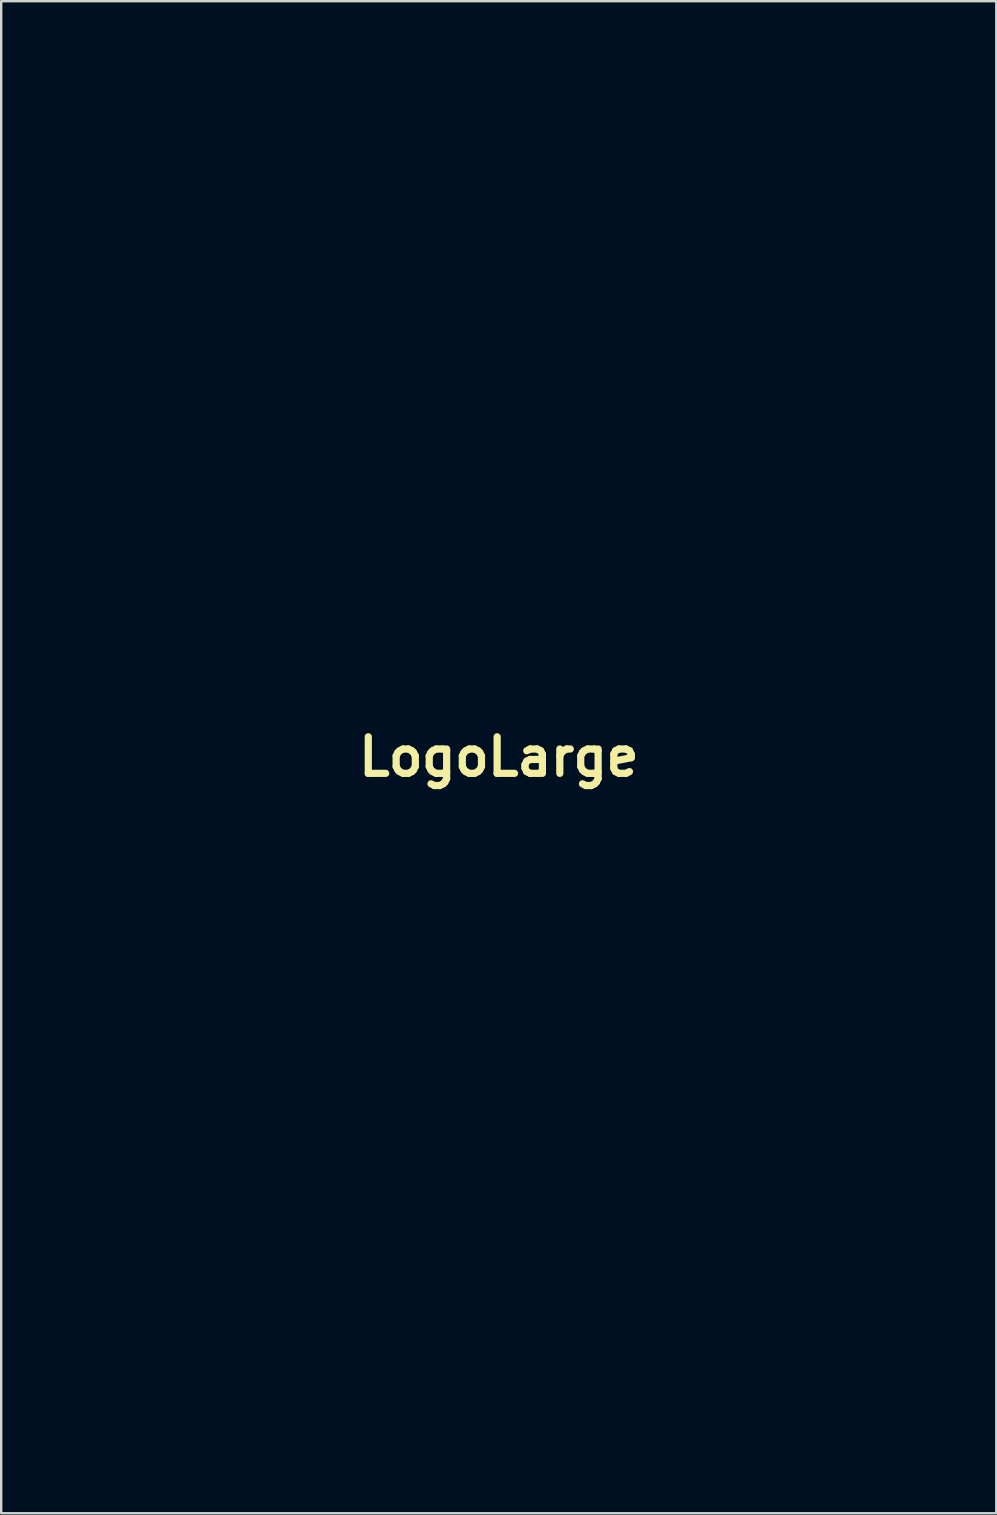
<source format=kicad_pcb>
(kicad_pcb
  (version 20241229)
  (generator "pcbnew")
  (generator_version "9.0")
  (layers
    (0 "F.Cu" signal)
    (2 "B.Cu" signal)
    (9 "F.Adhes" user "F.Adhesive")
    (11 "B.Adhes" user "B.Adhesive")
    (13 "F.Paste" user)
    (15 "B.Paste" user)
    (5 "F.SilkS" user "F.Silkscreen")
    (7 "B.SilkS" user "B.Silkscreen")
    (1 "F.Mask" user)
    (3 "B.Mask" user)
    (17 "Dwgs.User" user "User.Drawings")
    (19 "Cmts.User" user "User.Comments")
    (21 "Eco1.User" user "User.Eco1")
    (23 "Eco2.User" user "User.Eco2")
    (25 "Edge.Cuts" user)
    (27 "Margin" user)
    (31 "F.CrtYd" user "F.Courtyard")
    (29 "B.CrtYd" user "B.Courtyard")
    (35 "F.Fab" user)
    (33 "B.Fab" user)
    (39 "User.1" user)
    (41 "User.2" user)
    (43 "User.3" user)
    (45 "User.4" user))
  (footprint "LogoLarge"
    (layer "F.Cu")
    (at 17.743 28.494)
    (property "Reference" "LogoLarge" (at 0 0 0) (layer "F.SilkS") (effects (font (size 1.524 1.524) (thickness 0.3))))
    (attr through_hole)
    (fp_poly (pts (xy -6.723 12.481) (xy -6.452 12.61) (xy -6.3 12.695) (xy -6.066 12.853) (xy -5.849 13.038) (xy -5.681 13.217) (xy -5.595 13.356) (xy -5.602 13.414) (xy -5.69 13.462) (xy -5.868 13.551) (xy -5.905 13.569) (xy -6.179 13.702) (xy -6.345 13.349) (xy -6.507 13.056) (xy -6.697 12.774) (xy -6.738 12.721) (xy -6.866 12.537) (xy -6.861 12.457) (xy -6.723 12.481)) (stroke (width 0.01) (type solid)) (fill no) (layer "Eco2.User"))
    (fp_poly (pts (xy 3.993 -3.372) (xy 4.09 -3.226) (xy 4.217 -2.982) (xy 4.377 -2.65) (xy 4.49 -2.413) (xy 4.662 -2.034) (xy 4.841 -1.601) (xy 5.017 -1.149) (xy 5.175 -0.714) (xy 5.303 -0.33) (xy 5.388 -0.032) (xy 5.419 0.142) (xy 5.378 0.245) (xy 5.351 0.254) (xy 5.244 0.311) (xy 5.054 0.461) (xy 4.813 0.674) (xy 4.556 0.919) (xy 4.314 1.165) (xy 4.12 1.383) (xy 4.052 1.47) (xy 3.81 1.803) (xy 3.813 -0.897) (xy 3.813 -1.688) (xy 3.815 -2.317) (xy 3.824 -2.795) (xy 3.841 -3.131) (xy 3.873 -3.333) (xy 3.922 -3.41) (xy 3.993 -3.372)) (stroke (width 0.01) (type solid)) (fill no) (layer "Eco2.User"))
    (fp_poly (pts (xy -4.149 -1.087) (xy -4.397 -0.48) (xy -4.547 -0.119) (xy -4.712 0.27) (xy -4.879 0.652) (xy -5.032 0.997) (xy -5.156 1.271) (xy -5.239 1.441) (xy -5.262 1.48) (xy -5.349 1.466) (xy -5.554 1.402) (xy -5.834 1.3) (xy -5.902 1.274) (xy -6.839 0.838) (xy -7.665 0.308) (xy -8.366 -0.305) (xy -8.925 -0.99) (xy -9.049 -1.185) (xy -9.174 -1.442) (xy -9.217 -1.7) (xy -9.18 -2.004) (xy -9.061 -2.4) (xy -9.028 -2.493) (xy -8.625 -3.367) (xy -8.069 -4.208) (xy -7.375 -4.997) (xy -6.685 -5.613) (xy -6.278 -5.914) (xy -5.817 -6.212) (xy -5.346 -6.485) (xy -4.903 -6.711) (xy -4.531 -6.864) (xy -4.381 -6.908) (xy -4.149 -6.961) (xy -4.149 -1.087)) (stroke (width 0.01) (type solid)) (fill no) (layer "Eco2.User"))
    (fp_poly (pts (xy -7.058 -24.333) (xy -6.769 -24.298) (xy -6.518 -24.225) (xy -6.255 -24.108) (xy -5.733 -23.768) (xy -5.254 -23.295) (xy -4.851 -22.723) (xy -4.741 -22.521) (xy -4.649 -22.336) (xy -4.568 -22.165) (xy -4.497 -21.995) (xy -4.437 -21.814) (xy -4.386 -21.61) (xy -4.343 -21.37) (xy -4.308 -21.083) (xy -4.279 -20.737) (xy -4.256 -20.319) (xy -4.239 -19.817) (xy -4.225 -19.219) (xy -4.216 -18.513) (xy -4.209 -17.686) (xy -4.203 -16.728) (xy -4.199 -15.624) (xy -4.195 -14.364) (xy -4.195 -14.322) (xy -4.192 -13) (xy -4.191 -11.841) (xy -4.192 -10.84) (xy -4.195 -9.991) (xy -4.201 -9.287) (xy -4.209 -8.723) (xy -4.22 -8.294) (xy -4.233 -7.993) (xy -4.249 -7.813) (xy -4.267 -7.751) (xy -4.268 -7.751) (xy -5.624 -7.346) (xy -6.849 -6.842) (xy -7.949 -6.235) (xy -8.934 -5.52) (xy -9.412 -5.096) (xy -10.041 -4.499) (xy -9.937 -5.699) (xy -9.817 -6.837) (xy -9.665 -7.829) (xy -9.474 -8.699) (xy -9.238 -9.467) (xy -8.95 -10.156) (xy -8.604 -10.788) (xy -8.347 -11.176) (xy -8.14 -11.47) (xy -8.023 -11.647) (xy -7.986 -11.729) (xy -8.021 -11.736) (xy -8.119 -11.689) (xy -8.125 -11.685) (xy -8.51 -11.409) (xy -8.922 -10.984) (xy -9.348 -10.426) (xy -9.777 -9.751) (xy -10.196 -8.977) (xy -10.29 -8.787) (xy -10.751 -7.832) (xy -10.75 -14.224) (xy -10.75 -15.479) (xy -10.749 -16.577) (xy -10.747 -17.53) (xy -10.742 -18.351) (xy -10.733 -19.053) (xy -10.721 -19.648) (xy -10.704 -20.148) (xy -10.681 -20.566) (xy -10.652 -20.914) (xy -10.615 -21.205) (xy -10.57 -21.451) (xy -10.516 -21.664) (xy -10.452 -21.857) (xy -10.378 -22.043) (xy -10.292 -22.234) (xy -10.206 -22.416) (xy -9.863 -22.995) (xy -9.426 -23.514) (xy -8.933 -23.932) (xy -8.594 -24.134) (xy -8.334 -24.245) (xy -8.076 -24.308) (xy -7.756 -24.337) (xy -7.451 -24.342) (xy -7.058 -24.333)) (stroke (width 0.01) (type solid)) (fill no) (layer "Eco2.User"))
    (fp_poly (pts (xy 7.649 -24.223) (xy 8.111 -24.137) (xy 8.506 -23.975) (xy 8.88 -23.72) (xy 9.105 -23.525) (xy 9.516 -23.074) (xy 9.842 -22.545) (xy 10.106 -21.904) (xy 10.135 -21.819) (xy 10.16 -21.733) (xy 10.183 -21.635) (xy 10.202 -21.517) (xy 10.22 -21.367) (xy 10.234 -21.176) (xy 10.247 -20.935) (xy 10.258 -20.632) (xy 10.266 -20.258) (xy 10.274 -19.803) (xy 10.28 -19.256) (xy 10.284 -18.609) (xy 10.288 -17.851) (xy 10.291 -16.971) (xy 10.294 -15.96) (xy 10.296 -14.808) (xy 10.298 -13.505) (xy 10.3 -12.319) (xy 10.302 -10.883) (xy 10.303 -9.607) (xy 10.303 -8.485) (xy 10.303 -7.507) (xy 10.302 -6.665) (xy 10.299 -5.951) (xy 10.295 -5.357) (xy 10.291 -4.874) (xy 10.284 -4.494) (xy 10.276 -4.209) (xy 10.267 -4.011) (xy 10.256 -3.891) (xy 10.243 -3.84) (xy 10.228 -3.852) (xy 10.211 -3.917) (xy 10.193 -4.017) (xy 9.929 -5.332) (xy 9.564 -6.573) (xy 9.108 -7.718) (xy 8.568 -8.744) (xy 8.224 -9.271) (xy 8.058 -9.485) (xy 7.827 -9.757) (xy 7.558 -10.059) (xy 7.274 -10.364) (xy 7.001 -10.647) (xy 6.765 -10.88) (xy 6.59 -11.037) (xy 6.503 -11.091) (xy 6.508 -11.022) (xy 6.577 -10.835) (xy 6.699 -10.565) (xy 6.782 -10.397) (xy 7.393 -9.041) (xy 7.891 -7.638) (xy 8.269 -6.219) (xy 8.518 -4.815) (xy 8.63 -3.456) (xy 8.636 -3.079) (xy 8.636 -2.074) (xy 8.27 -1.88) (xy 8.017 -1.725) (xy 7.704 -1.505) (xy 7.402 -1.268) (xy 7.113 -1.034) (xy 6.929 -0.902) (xy 6.825 -0.865) (xy 6.781 -0.911) (xy 6.773 -1) (xy 6.729 -1.181) (xy 6.609 -1.469) (xy 6.431 -1.833) (xy 6.212 -2.241) (xy 5.969 -2.659) (xy 5.721 -3.054) (xy 5.485 -3.395) (xy 5.461 -3.427) (xy 5.174 -3.796) (xy 4.854 -4.184) (xy 4.559 -4.525) (xy 4.479 -4.612) (xy 4.243 -4.875) (xy 4.045 -5.113) (xy 3.921 -5.283) (xy 3.907 -5.307) (xy 3.889 -5.392) (xy 3.873 -5.579) (xy 3.859 -5.874) (xy 3.847 -6.285) (xy 3.837 -6.817) (xy 3.829 -7.477) (xy 3.822 -8.272) (xy 3.817 -9.209) (xy 3.813 -10.294) (xy 3.811 -11.534) (xy 3.81 -12.935) (xy 3.81 -13.231) (xy 3.81 -14.555) (xy 3.811 -15.721) (xy 3.812 -16.739) (xy 3.814 -17.622) (xy 3.817 -18.379) (xy 3.821 -19.023) (xy 3.827 -19.564) (xy 3.834 -20.013) (xy 3.844 -20.382) (xy 3.855 -20.682) (xy 3.869 -20.923) (xy 3.886 -21.117) (xy 3.905 -21.275) (xy 3.928 -21.408) (xy 3.953 -21.526) (xy 3.974 -21.612) (xy 4.081 -21.98) (xy 4.204 -22.337) (xy 4.318 -22.605) (xy 4.321 -22.611) (xy 4.623 -23.072) (xy 5.031 -23.511) (xy 5.487 -23.873) (xy 5.747 -24.023) (xy 5.989 -24.133) (xy 6.204 -24.202) (xy 6.446 -24.238) (xy 6.768 -24.251) (xy 7.07 -24.251) (xy 7.649 -24.223)) (stroke (width 0.01) (type solid)) (fill no) (layer "Eco2.User"))
    (fp_poly (pts (xy 17.695 0.284) (xy 17.695 1.658) (xy 17.694 2.986) (xy 17.693 4.256) (xy 17.691 5.459) (xy 17.688 6.586) (xy 17.685 7.626) (xy 17.682 8.57) (xy 17.678 9.407) (xy 17.674 10.129) (xy 17.67 10.726) (xy 17.665 11.187) (xy 17.661 11.503) (xy 17.655 11.664) (xy 17.653 11.684) (xy 17.615 11.615) (xy 17.611 11.563) (xy 17.535 11.36) (xy 17.325 11.13) (xy 17.008 10.898) (xy 16.621 10.691) (xy 16.349 10.571) (xy 15.961 10.402) (xy 15.495 10.202) (xy 14.99 9.987) (xy 14.605 9.824) (xy 13.635 9.395) (xy 12.584 8.895) (xy 11.504 8.35) (xy 10.445 7.787) (xy 9.455 7.23) (xy 8.742 6.803) (xy 8.553 6.686) (xy 8.807 6.335) (xy 9.039 5.942) (xy 9.196 5.498) (xy 9.284 4.965) (xy 9.313 4.308) (xy 9.313 4.267) (xy 9.311 3.811) (xy 9.299 3.5) (xy 9.265 3.312) (xy 9.199 3.222) (xy 9.091 3.208) (xy 8.93 3.245) (xy 8.865 3.264) (xy 8.615 3.322) (xy 8.261 3.384) (xy 7.866 3.44) (xy 7.736 3.456) (xy 7.059 3.571) (xy 6.501 3.75) (xy 6.078 3.985) (xy 5.882 4.166) (xy 5.673 4.416) (xy 5.673 4.007) (xy 5.731 3.605) (xy 5.908 3.182) (xy 6.208 2.73) (xy 6.639 2.244) (xy 7.206 1.717) (xy 7.915 1.144) (xy 8.773 0.517) (xy 9.313 0.145) (xy 10.287 -0.514) (xy 10.309 2.156) (xy 10.316 2.918) (xy 10.325 3.526) (xy 10.336 3.996) (xy 10.352 4.343) (xy 10.376 4.584) (xy 10.408 4.734) (xy 10.452 4.809) (xy 10.508 4.824) (xy 10.58 4.796) (xy 10.634 4.761) (xy 10.727 4.679) (xy 10.802 4.557) (xy 10.86 4.381) (xy 10.902 4.138) (xy 10.93 3.811) (xy 10.943 3.387) (xy 10.942 2.851) (xy 10.929 2.188) (xy 10.905 1.385) (xy 10.872 0.499) (xy 10.817 -0.907) (xy 11.34 -1.225) (xy 12.433 -1.964) (xy 13.441 -2.797) (xy 14.344 -3.704) (xy 15.123 -4.664) (xy 15.76 -5.658) (xy 15.96 -6.04) (xy 16.214 -6.615) (xy 16.425 -7.212) (xy 16.581 -7.784) (xy 16.667 -8.284) (xy 16.679 -8.507) (xy 16.652 -8.827) (xy 16.58 -9.175) (xy 16.479 -9.498) (xy 16.365 -9.739) (xy 16.298 -9.822) (xy 16.224 -9.862) (xy 16.186 -9.804) (xy 16.172 -9.619) (xy 16.171 -9.491) (xy 16.107 -8.966) (xy 15.926 -8.382) (xy 15.642 -7.783) (xy 15.558 -7.639) (xy 15.185 -7.11) (xy 14.676 -6.527) (xy 14.053 -5.909) (xy 13.333 -5.272) (xy 12.537 -4.634) (xy 11.683 -4.013) (xy 11.058 -3.594) (xy 10.813 -3.436) (xy 10.871 -4.321) (xy 11.003 -5.55) (xy 11.229 -6.642) (xy 11.554 -7.605) (xy 11.978 -8.443) (xy 12.506 -9.163) (xy 13.141 -9.771) (xy 13.577 -10.086) (xy 14.31 -10.481) (xy 15.146 -10.775) (xy 16.101 -10.973) (xy 16.948 -11.064) (xy 17.695 -11.117) (xy 17.695 0.284)) (stroke (width 0.01) (type solid)) (fill no) (layer "Eco2.User"))
    (fp_poly (pts (xy 0.201 -28.485) (xy 0.501 -28.462) (xy 0.743 -28.413) (xy 0.984 -28.326) (xy 1.164 -28.246) (xy 1.749 -27.885) (xy 2.235 -27.386) (xy 2.624 -26.75) (xy 2.914 -25.976) (xy 2.939 -25.888) (xy 2.961 -25.795) (xy 2.98 -25.682) (xy 2.998 -25.54) (xy 3.014 -25.359) (xy 3.028 -25.129) (xy 3.04 -24.842) (xy 3.051 -24.487) (xy 3.06 -24.055) (xy 3.069 -23.537) (xy 3.076 -22.923) (xy 3.082 -22.203) (xy 3.088 -21.368) (xy 3.093 -20.409) (xy 3.098 -19.316) (xy 3.103 -18.079) (xy 3.107 -16.689) (xy 3.111 -15.6) (xy 3.139 -5.842) (xy 2.751 -6.219) (xy 2.514 -6.417) (xy 2.201 -6.632) (xy 1.856 -6.842) (xy 1.518 -7.022) (xy 1.232 -7.148) (xy 1.038 -7.197) (xy 1.036 -7.197) (xy 1.032 -7.142) (xy 1.132 -6.995) (xy 1.319 -6.779) (xy 1.43 -6.663) (xy 2.134 -5.871) (xy 2.673 -5.109) (xy 2.888 -4.723) (xy 3.133 -4.238) (xy 3.133 0.015) (xy 2.593 -0.479) (xy 2.249 -0.761) (xy 1.832 -1.056) (xy 1.422 -1.308) (xy 1.353 -1.346) (xy 0.653 -1.718) (xy 0.881 -1.346) (xy 1.361 -0.498) (xy 1.739 0.308) (xy 2.01 1.055) (xy 2.165 1.723) (xy 2.201 2.168) (xy 2.189 2.49) (xy 2.135 2.664) (xy 2.015 2.711) (xy 1.806 2.653) (xy 1.693 2.606) (xy 1.521 2.566) (xy 1.227 2.533) (xy 0.857 2.511) (xy 0.593 2.504) (xy -0.296 2.496) (xy -0.889 1.904) (xy -1.26 1.565) (xy -1.64 1.272) (xy -1.972 1.068) (xy -1.973 1.067) (xy -2.278 0.895) (xy -2.483 0.716) (xy -2.647 0.472) (xy -2.692 0.39) (xy -2.802 0.159) (xy -2.87 -0.055) (xy -2.905 -0.307) (xy -2.918 -0.651) (xy -2.92 -0.847) (xy -2.916 -1.225) (xy -2.895 -1.506) (xy -2.843 -1.75) (xy -2.747 -2.016) (xy -2.592 -2.366) (xy -2.561 -2.434) (xy -2.41 -2.768) (xy -2.291 -3.042) (xy -2.217 -3.223) (xy -2.201 -3.274) (xy -2.255 -3.242) (xy -2.399 -3.111) (xy -2.608 -2.903) (xy -2.741 -2.766) (xy -2.988 -2.518) (xy -3.199 -2.325) (xy -3.342 -2.216) (xy -3.378 -2.201) (xy -3.407 -2.253) (xy -3.429 -2.415) (xy -3.445 -2.698) (xy -3.454 -3.114) (xy -3.457 -3.673) (xy -3.454 -4.386) (xy -3.451 -4.678) (xy -3.429 -7.154) (xy -2.794 -7.265) (xy -2.318 -7.321) (xy -1.804 -7.341) (xy -1.524 -7.331) (xy -0.889 -7.287) (xy -1.135 -7.488) (xy -1.466 -7.681) (xy -1.915 -7.833) (xy -2.432 -7.929) (xy -2.905 -7.959) (xy -3.471 -7.959) (xy -3.47 -16.489) (xy -3.47 -17.931) (xy -3.469 -19.214) (xy -3.468 -20.349) (xy -3.465 -21.346) (xy -3.46 -22.215) (xy -3.453 -22.967) (xy -3.443 -23.612) (xy -3.43 -24.162) (xy -3.413 -24.625) (xy -3.392 -25.013) (xy -3.365 -25.336) (xy -3.334 -25.605) (xy -3.296 -25.829) (xy -3.252 -26.02) (xy -3.201 -26.188) (xy -3.143 -26.343) (xy -3.076 -26.496) (xy -3.002 -26.657) (xy -2.974 -26.715) (xy -2.624 -27.319) (xy -2.186 -27.796) (xy -1.631 -28.179) (xy -1.589 -28.202) (xy -1.333 -28.334) (xy -1.124 -28.418) (xy -0.908 -28.465) (xy -0.633 -28.485) (xy -0.245 -28.489) (xy -0.212 -28.489) (xy 0.201 -28.485)) (stroke (width 0.01) (type solid)) (fill no) (layer "Eco2.User"))
    (fp_poly (pts (xy -13.807 -19.406) (xy -13.438 -19.305) (xy -12.876 -19.004) (xy -12.388 -18.554) (xy -11.978 -17.961) (xy -11.651 -17.231) (xy -11.541 -16.891) (xy -11.514 -16.788) (xy -11.49 -16.667) (xy -11.47 -16.516) (xy -11.452 -16.325) (xy -11.437 -16.081) (xy -11.423 -15.773) (xy -11.412 -15.39) (xy -11.403 -14.919) (xy -11.395 -14.35) (xy -11.388 -13.671) (xy -11.382 -12.87) (xy -11.376 -11.935) (xy -11.371 -10.856) (xy -11.366 -9.62) (xy -11.366 -9.461) (xy -11.361 -8.033) (xy -11.359 -6.768) (xy -11.36 -5.667) (xy -11.364 -4.73) (xy -11.37 -3.958) (xy -11.379 -3.353) (xy -11.391 -2.914) (xy -11.405 -2.643) (xy -11.422 -2.541) (xy -11.424 -2.54) (xy -11.518 -2.609) (xy -11.672 -2.796) (xy -11.865 -3.07) (xy -12.075 -3.399) (xy -12.281 -3.752) (xy -12.432 -4.036) (xy -12.752 -4.823) (xy -12.976 -5.704) (xy -13.097 -6.625) (xy -13.107 -7.535) (xy -13.047 -8.118) (xy -13.004 -8.424) (xy -12.982 -8.657) (xy -12.983 -8.775) (xy -12.985 -8.78) (xy -13.03 -8.724) (xy -13.117 -8.543) (xy -13.232 -8.27) (xy -13.285 -8.134) (xy -13.609 -7.182) (xy -13.805 -6.318) (xy -13.875 -5.513) (xy -13.817 -4.743) (xy -13.633 -3.982) (xy -13.321 -3.204) (xy -13.285 -3.128) (xy -12.597 -1.893) (xy -11.775 -0.754) (xy -10.815 0.289) (xy -9.716 1.239) (xy -8.477 2.097) (xy -7.095 2.866) (xy -6.832 2.994) (xy -5.748 3.514) (xy -5.791 3.81) (xy -5.827 4.024) (xy -5.889 4.349) (xy -5.965 4.729) (xy -6.003 4.911) (xy -6.108 5.493) (xy -6.197 6.141) (xy -6.266 6.806) (xy -6.311 7.443) (xy -6.326 8.005) (xy -6.311 8.424) (xy -6.252 9.063) (xy -6.195 9.632) (xy -6.14 10.114) (xy -6.091 10.489) (xy -6.05 10.736) (xy -6.019 10.836) (xy -6.016 10.837) (xy -5.922 10.794) (xy -5.742 10.684) (xy -5.645 10.619) (xy -5.314 10.328) (xy -4.97 9.91) (xy -4.641 9.402) (xy -4.353 8.841) (xy -4.325 8.778) (xy -4.187 8.481) (xy -4.067 8.255) (xy -3.984 8.137) (xy -3.968 8.128) (xy -3.924 8.204) (xy -3.896 8.397) (xy -3.89 8.53) (xy -3.872 8.864) (xy -3.835 9.195) (xy -3.823 9.271) (xy -3.76 9.61) (xy -3.518 9.231) (xy -3.31 8.86) (xy -3.095 8.403) (xy -2.89 7.9) (xy -2.709 7.393) (xy -2.567 6.922) (xy -2.478 6.528) (xy -2.455 6.303) (xy -2.425 6.109) (xy -2.352 6.067) (xy -2.262 6.175) (xy -2.206 6.327) (xy -2.15 6.583) (xy -2.096 6.926) (xy -2.061 7.223) (xy -2.007 7.8) (xy -1.759 7.419) (xy -1.447 6.863) (xy -1.154 6.197) (xy -0.904 5.48) (xy -0.746 4.889) (xy -0.661 4.542) (xy -0.583 4.267) (xy -0.521 4.099) (xy -0.494 4.064) (xy -0.431 4.139) (xy -0.354 4.333) (xy -0.276 4.596) (xy -0.212 4.879) (xy -0.174 5.134) (xy -0.169 5.227) (xy -0.151 5.405) (xy -0.105 5.471) (xy -0.096 5.468) (xy -0.039 5.377) (xy 0.067 5.158) (xy 0.209 4.842) (xy 0.373 4.457) (xy 0.429 4.32) (xy 0.595 3.924) (xy 0.743 3.591) (xy 0.858 3.349) (xy 0.929 3.227) (xy 0.941 3.217) (xy 0.986 3.296) (xy 1.025 3.509) (xy 1.057 3.821) (xy 1.078 4.197) (xy 1.087 4.603) (xy 1.081 5.001) (xy 1.067 5.26) (xy 0.897 6.384) (xy 0.561 7.485) (xy 0.057 8.563) (xy -0.614 9.62) (xy -0.716 9.759) (xy -0.94 10.062) (xy -1.121 10.314) (xy -1.237 10.483) (xy -1.27 10.541) (xy -1.206 10.521) (xy -1.038 10.428) (xy -0.826 10.297) (xy -0.461 10.079) (xy -0.031 9.844) (xy 0.423 9.613) (xy 0.858 9.406) (xy 1.232 9.245) (xy 1.501 9.15) (xy 1.84 8.992) (xy 2.121 8.716) (xy 2.514 8.337) (xy 2.959 8.112) (xy 3.441 8.04) (xy 3.941 8.121) (xy 4.443 8.355) (xy 4.931 8.741) (xy 4.998 8.808) (xy 5.541 9.251) (xy 6.075 9.549) (xy 6.361 9.689) (xy 6.53 9.79) (xy 6.572 9.857) (xy 6.478 9.896) (xy 6.239 9.91) (xy 5.847 9.905) (xy 5.457 9.892) (xy 5.056 9.873) (xy 4.776 9.844) (xy 4.567 9.794) (xy 4.381 9.71) (xy 4.186 9.591) (xy 3.892 9.415) (xy 3.598 9.258) (xy 3.458 9.193) (xy 3.203 9.123) (xy 3.046 9.176) (xy 2.976 9.363) (xy 2.984 9.693) (xy 2.986 9.717) (xy 3.033 10.118) (xy 2.046 10.594) (xy 1.522 10.861) (xy 1.108 11.108) (xy 0.751 11.37) (xy 0.463 11.622) (xy -0.061 12.174) (xy -0.418 12.708) (xy -0.608 13.232) (xy -0.631 13.753) (xy -0.487 14.279) (xy -0.177 14.817) (xy 0.299 15.376) (xy 0.372 15.449) (xy 0.967 16.038) (xy 1.074 15.511) (xy 1.18 15.073) (xy 1.301 14.769) (xy 1.451 14.566) (xy 1.537 14.494) (xy 1.663 14.353) (xy 1.693 14.256) (xy 1.758 14.038) (xy 1.93 13.764) (xy 2.173 13.471) (xy 2.454 13.195) (xy 2.738 12.973) (xy 2.99 12.842) (xy 3.034 12.83) (xy 3.358 12.813) (xy 3.791 12.867) (xy 4.295 12.982) (xy 4.83 13.146) (xy 5.358 13.348) (xy 5.841 13.578) (xy 6.011 13.674) (xy 6.273 13.824) (xy 6.459 13.898) (xy 6.637 13.909) (xy 6.873 13.87) (xy 6.927 13.859) (xy 7.144 13.826) (xy 7.402 13.812) (xy 7.732 13.82) (xy 8.164 13.849) (xy 8.729 13.9) (xy 8.847 13.912) (xy 9.381 13.967) (xy 9.785 14.014) (xy 10.097 14.063) (xy 10.357 14.124) (xy 10.602 14.204) (xy 10.872 14.314) (xy 11.204 14.463) (xy 11.255 14.487) (xy 11.713 14.687) (xy 12.047 14.811) (xy 12.28 14.867) (xy 12.426 14.865) (xy 12.575 14.84) (xy 12.874 14.797) (xy 13.307 14.738) (xy 13.856 14.664) (xy 14.503 14.58) (xy 15.232 14.485) (xy 16.024 14.384) (xy 16.863 14.278) (xy 17.06 14.253) (xy 17.4 14.262) (xy 17.568 14.338) (xy 17.635 14.4) (xy 17.68 14.487) (xy 17.709 14.627) (xy 17.723 14.849) (xy 17.726 15.181) (xy 17.721 15.653) (xy 17.721 15.69) (xy 17.692 16.697) (xy 17.634 17.548) (xy 17.545 18.257) (xy 17.423 18.835) (xy 17.264 19.295) (xy 17.068 19.649) (xy 16.945 19.8) (xy 16.783 20.018) (xy 16.738 20.236) (xy 16.745 20.339) (xy 16.747 20.534) (xy 16.676 20.69) (xy 16.502 20.87) (xy 16.46 20.908) (xy 16.174 21.124) (xy 15.847 21.321) (xy 15.749 21.37) (xy 15.423 21.552) (xy 15.037 21.817) (xy 14.622 22.135) (xy 14.215 22.479) (xy 13.847 22.82) (xy 13.553 23.13) (xy 13.365 23.379) (xy 13.357 23.395) (xy 12.897 24.104) (xy 12.319 24.792) (xy 11.904 25.199) (xy 11.571 25.468) (xy 11.187 25.728) (xy 10.793 25.957) (xy 10.427 26.132) (xy 10.13 26.232) (xy 10.014 26.247) (xy 9.886 26.234) (xy 9.838 26.166) (xy 9.85 25.995) (xy 9.866 25.894) (xy 9.926 25.541) (xy 9.718 25.703) (xy 8.963 26.278) (xy 8.306 26.742) (xy 7.729 27.104) (xy 7.214 27.375) (xy 6.743 27.566) (xy 6.301 27.687) (xy 5.932 27.745) (xy 5.656 27.749) (xy 5.499 27.702) (xy 5.473 27.642) (xy 5.497 27.508) (xy 5.541 27.293) (xy 5.545 27.274) (xy 5.606 26.988) (xy 5.237 27.214) (xy 4.668 27.539) (xy 4.063 27.844) (xy 3.481 28.102) (xy 3.006 28.276) (xy 2.678 28.358) (xy 2.279 28.426) (xy 1.848 28.479) (xy 1.425 28.511) (xy 1.05 28.521) (xy 0.762 28.506) (xy 0.602 28.462) (xy 0.532 28.371) (xy 0.547 28.215) (xy 0.581 28.106) (xy 0.655 27.872) (xy 0.646 27.764) (xy 0.528 27.756) (xy 0.276 27.827) (xy 0.275 27.827) (xy -0.107 27.905) (xy -0.599 27.945) (xy -1.148 27.95) (xy -1.698 27.917) (xy -2.195 27.849) (xy -2.328 27.821) (xy -2.851 27.688) (xy -3.324 27.549) (xy -3.723 27.412) (xy -4.022 27.286) (xy -4.198 27.18) (xy -4.233 27.126) (xy -4.197 26.986) (xy -4.103 26.756) (xy -4.016 26.574) (xy -3.903 26.337) (xy -3.837 26.168) (xy -3.83 26.114) (xy -3.923 26.115) (xy -4.118 26.157) (xy -4.196 26.178) (xy -4.512 26.241) (xy -4.902 26.274) (xy -5.334 26.282) (xy -5.776 26.265) (xy -6.196 26.228) (xy -6.562 26.171) (xy -6.841 26.099) (xy -7.001 26.012) (xy -7.027 25.958) (xy -6.984 25.848) (xy -6.868 25.631) (xy -6.697 25.341) (xy -6.548 25.101) (xy -6.069 24.346) (xy -6.086 23.412) (xy -6.08 22.737) (xy -6.031 22.18) (xy -5.93 21.693) (xy -5.768 21.229) (xy -5.672 21.011) (xy -5.335 20.462) (xy -4.863 19.939) (xy -4.288 19.475) (xy -3.821 19.19) (xy -3.21 18.865) (xy -2.473 19) (xy -2.106 19.051) (xy -1.663 19.091) (xy -1.181 19.116) (xy -0.701 19.128) (xy -0.261 19.124) (xy 0.099 19.105) (xy 0.341 19.069) (xy 0.381 19.056) (xy 0.447 19.011) (xy 0.394 18.96) (xy 0.204 18.891) (xy 0.064 18.848) (xy -0.194 18.763) (xy -0.371 18.686) (xy -0.423 18.642) (xy -0.346 18.609) (xy -0.143 18.586) (xy 0.143 18.577) (xy 0.154 18.577) (xy 0.554 18.557) (xy 0.881 18.482) (xy 1.204 18.346) (xy 1.446 18.228) (xy 1.625 18.128) (xy 1.736 18.03) (xy 1.77 17.917) (xy 1.722 17.772) (xy 1.584 17.577) (xy 1.35 17.317) (xy 1.013 16.974) (xy 0.566 16.531) (xy 0.419 16.386) (xy -0.163 15.816) (xy -0.648 15.36) (xy -1.054 15.003) (xy -1.396 14.732) (xy -1.691 14.535) (xy -1.957 14.399) (xy -2.209 14.31) (xy -2.255 14.297) (xy -2.446 14.233) (xy -2.606 14.127) (xy -2.772 13.947) (xy -2.981 13.659) (xy -3.007 13.62) (xy -3.572 12.921) (xy -4.218 12.364) (xy -4.868 11.978) (xy -5.408 11.762) (xy -5.994 11.612) (xy -6.567 11.538) (xy -7.066 11.552) (xy -7.083 11.555) (xy -7.457 11.611) (xy -8.147 10.962) (xy -8.46 10.677) (xy -8.849 10.336) (xy -9.296 9.956) (xy -9.779 9.553) (xy -10.28 9.142) (xy -10.778 8.74) (xy -11.253 8.362) (xy -11.686 8.025) (xy -12.057 7.744) (xy -12.346 7.535) (xy -12.533 7.416) (xy -12.57 7.398) (xy -12.736 7.422) (xy -12.946 7.596) (xy -13.193 7.907) (xy -13.467 8.344) (xy -13.668 8.716) (xy -13.852 9.097) (xy -14.003 9.446) (xy -14.104 9.725) (xy -14.139 9.889) (xy -14.075 10.301) (xy -13.878 10.77) (xy -13.542 11.309) (xy -13.383 11.528) (xy -13.005 12.054) (xy -12.734 12.504) (xy -12.552 12.919) (xy -12.441 13.34) (xy -12.386 13.808) (xy -12.378 13.937) (xy -12.379 14.583) (xy -12.457 15.11) (xy -12.621 15.552) (xy -12.884 15.947) (xy -13.029 16.11) (xy -13.431 16.531) (xy -13.721 16.382) (xy -14.176 16.114) (xy -14.519 15.822) (xy -14.74 15.555) (xy -14.887 15.32) (xy -14.962 15.091) (xy -14.988 14.79) (xy -14.989 14.698) (xy -14.993 14.182) (xy -15.246 14.478) (xy -15.499 14.774) (xy -15.77 14.619) (xy -15.952 14.523) (xy -16.058 14.517) (xy -16.156 14.607) (xy -16.19 14.65) (xy -16.306 14.875) (xy -16.341 15.067) (xy -16.307 15.371) (xy -16.215 15.784) (xy -16.078 16.258) (xy -15.91 16.748) (xy -15.724 17.209) (xy -15.696 17.27) (xy -15.379 17.964) (xy -15.231 17.768) (xy -15.116 17.64) (xy -15.05 17.612) (xy -15.003 17.698) (xy -14.895 17.91) (xy -14.738 18.223) (xy -14.544 18.612) (xy -14.37 18.965) (xy -14.105 19.486) (xy -13.812 20.036) (xy -13.52 20.562) (xy -13.258 21.01) (xy -13.162 21.166) (xy -12.888 21.593) (xy -12.608 22.018) (xy -12.337 22.417) (xy -12.093 22.766) (xy -11.891 23.042) (xy -11.749 23.222) (xy -11.684 23.281) (xy -11.616 23.217) (xy -11.497 23.056) (xy -11.45 22.986) (xy -11.317 22.802) (xy -11.214 22.699) (xy -11.193 22.691) (xy -11.135 22.765) (xy -11.06 22.954) (xy -11.02 23.088) (xy -10.935 23.341) (xy -10.802 23.668) (xy -10.64 24.029) (xy -10.468 24.382) (xy -10.306 24.688) (xy -10.174 24.906) (xy -10.109 24.984) (xy -10.035 24.996) (xy -9.959 24.889) (xy -9.866 24.639) (xy -9.855 24.605) (xy -9.753 24.338) (xy -9.662 24.203) (xy -9.596 24.209) (xy -9.568 24.365) (xy -9.567 24.391) (xy -9.53 24.619) (xy -9.434 24.934) (xy -9.301 25.274) (xy -9.155 25.58) (xy -9.057 25.742) (xy -8.949 25.921) (xy -8.915 26.039) (xy -8.921 26.052) (xy -9.034 26.068) (xy -9.274 26.048) (xy -9.606 25.998) (xy -9.993 25.924) (xy -10.4 25.833) (xy -10.789 25.731) (xy -10.964 25.679) (xy -12.098 25.245) (xy -13.126 24.677) (xy -14.052 23.976) (xy -14.877 23.14) (xy -15.601 22.168) (xy -16.17 21.171) (xy -16.414 20.622) (xy -16.661 19.951) (xy -16.897 19.205) (xy -17.107 18.429) (xy -17.276 17.67) (xy -17.308 17.502) (xy -17.36 17.221) (xy -17.407 16.958) (xy -17.45 16.705) (xy -17.49 16.455) (xy -17.525 16.198) (xy -17.557 15.926) (xy -17.586 15.633) (xy -17.611 15.309) (xy -17.633 14.946) (xy -17.653 14.538) (xy -17.67 14.074) (xy -17.684 13.548) (xy -17.697 12.951) (xy -17.707 12.275) (xy -17.715 11.512) (xy -17.722 10.654) (xy -17.727 9.693) (xy -17.731 8.621) (xy -17.734 7.429) (xy -17.736 6.11) (xy -17.737 4.655) (xy -17.737 3.057) (xy -17.738 1.307) (xy -17.738 -0.602) (xy -17.738 -0.974) (xy -17.738 -2.865) (xy -17.737 -4.595) (xy -17.737 -6.171) (xy -17.736 -7.6) (xy -17.735 -8.889) (xy -17.733 -10.047) (xy -17.731 -11.081) (xy -17.728 -11.997) (xy -17.724 -12.805) (xy -17.72 -13.51) (xy -17.714 -14.122) (xy -17.708 -14.646) (xy -17.701 -15.092) (xy -17.693 -15.465) (xy -17.684 -15.775) (xy -17.674 -16.028) (xy -17.662 -16.231) (xy -17.649 -16.393) (xy -17.635 -16.521) (xy -17.619 -16.622) (xy -17.601 -16.703) (xy -17.59 -16.747) (xy -17.314 -17.517) (xy -16.944 -18.185) (xy -16.493 -18.733) (xy -15.974 -19.142) (xy -15.826 -19.226) (xy -15.407 -19.375) (xy -14.891 -19.456) (xy -14.338 -19.467) (xy -13.807 -19.406)) (stroke (width 0.01) (type solid)) (fill no) (layer "Eco2.User")))
  (gr_rect
    (start -3 -3)
    (end 38.474 60.021)
    (stroke (width 0.1) (type default))
    (fill no)
    (layer "Edge.Cuts")))
</source>
